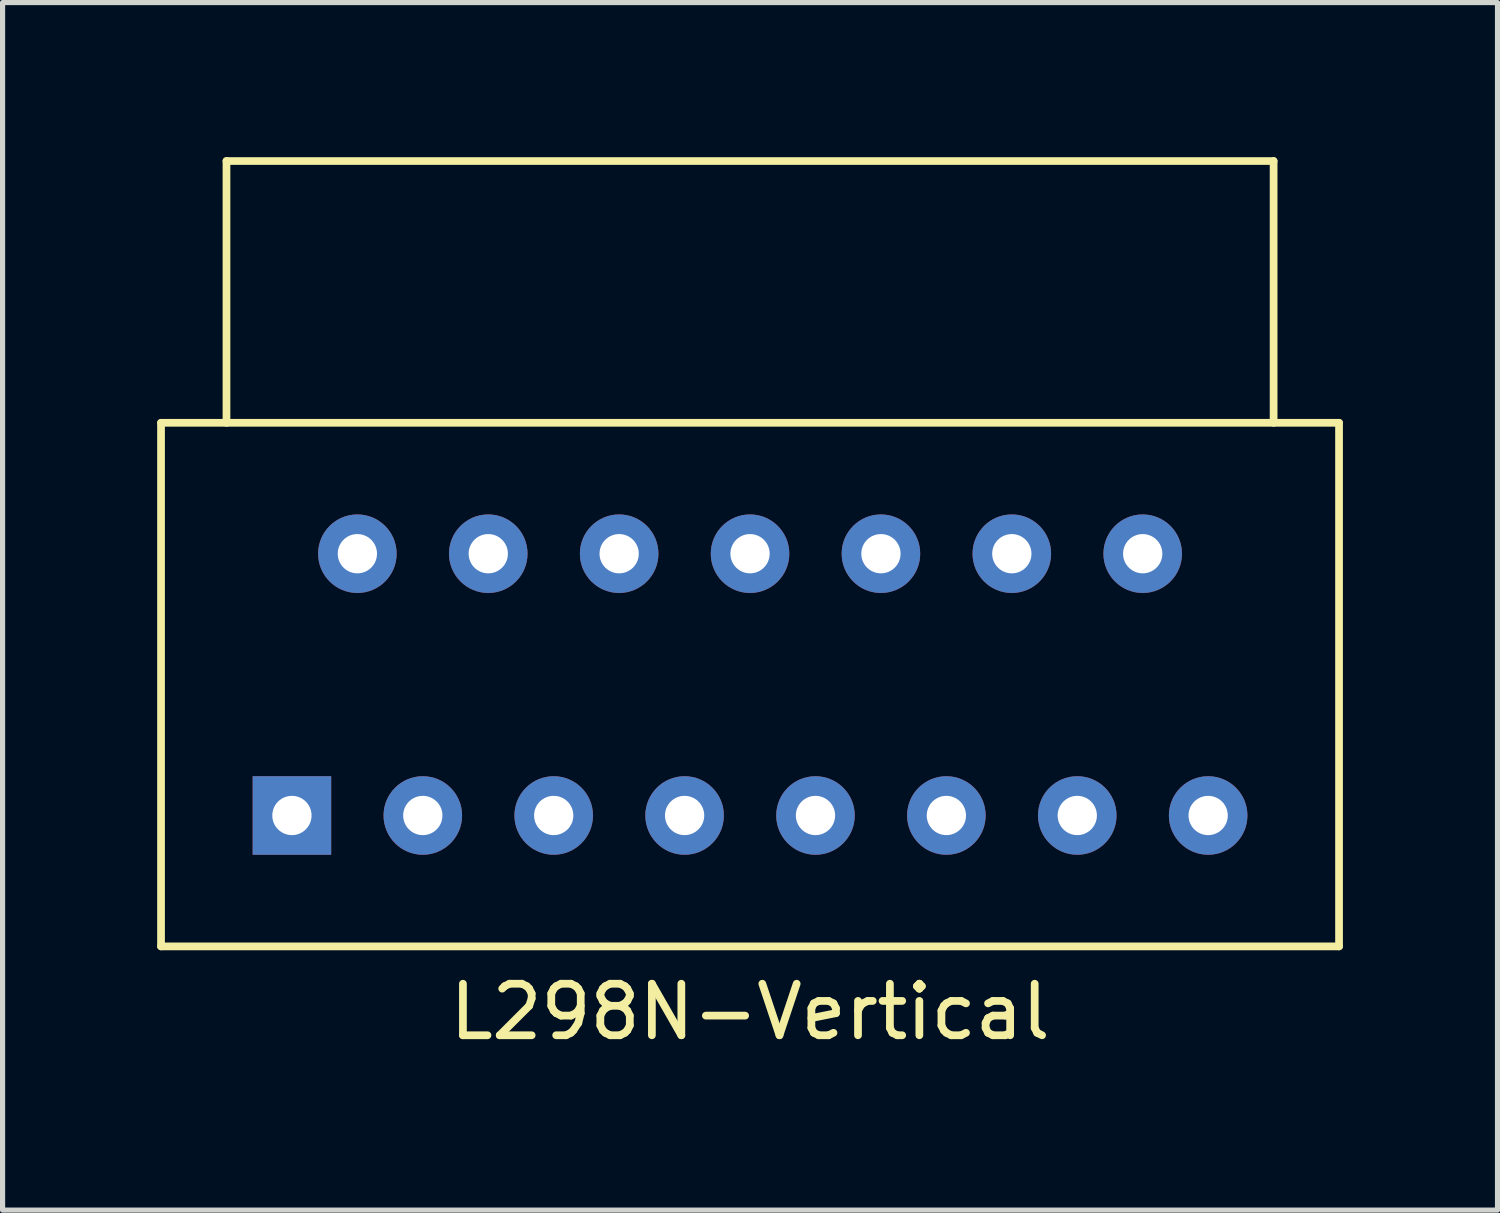
<source format=kicad_pcb>
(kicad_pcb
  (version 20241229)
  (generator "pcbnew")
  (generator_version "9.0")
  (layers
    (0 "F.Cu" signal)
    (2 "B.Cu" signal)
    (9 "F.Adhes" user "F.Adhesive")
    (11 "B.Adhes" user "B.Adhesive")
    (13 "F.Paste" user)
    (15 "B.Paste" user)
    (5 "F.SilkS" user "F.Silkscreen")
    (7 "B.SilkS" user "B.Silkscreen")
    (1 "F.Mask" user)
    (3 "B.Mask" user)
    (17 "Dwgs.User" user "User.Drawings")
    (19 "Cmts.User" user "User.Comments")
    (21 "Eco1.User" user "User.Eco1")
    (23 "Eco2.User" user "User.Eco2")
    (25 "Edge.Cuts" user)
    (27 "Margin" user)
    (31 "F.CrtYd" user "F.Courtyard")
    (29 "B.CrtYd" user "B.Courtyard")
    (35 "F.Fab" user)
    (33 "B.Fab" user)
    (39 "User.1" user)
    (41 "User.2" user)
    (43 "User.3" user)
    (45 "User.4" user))
  (footprint "L298N-Vertical"
    (layer "F.Cu")
    (at 11.505 10.235)
    (property "Reference" "L298N-Vertical" (at 0 6.35 0) (layer "F.SilkS") (effects (font (size 1 1) (thickness 0.15))))
    (attr through_hole)
    (fp_line (start -11.43 -5.08) (end 11.43 -5.08) (stroke (width 0.15) (type solid)) (layer "F.SilkS"))
    (fp_line (start -11.43 5.08) (end -11.43 -5.08) (stroke (width 0.15) (type solid)) (layer "F.SilkS"))
    (fp_line (start -10.16 -10.16) (end 10.16 -10.16) (stroke (width 0.15) (type solid)) (layer "F.SilkS"))
    (fp_line (start -10.16 -5.08) (end -10.16 -10.16) (stroke (width 0.15) (type solid)) (layer "F.SilkS"))
    (fp_line (start 10.16 -10.16) (end 10.16 -5.08) (stroke (width 0.15) (type solid)) (layer "F.SilkS"))
    (fp_line (start 11.43 -5.08) (end 11.43 5.08) (stroke (width 0.15) (type solid)) (layer "F.SilkS"))
    (fp_line (start 11.43 5.08) (end -11.43 5.08) (stroke (width 0.15) (type solid)) (layer "F.SilkS"))
    (pad "1" thru_hole rect (at -8.89 2.54) (size 1.524 1.524) (drill 0.762) (layers "*.Cu" "*.Mask"))
    (pad "2" thru_hole circle (at -7.62 -2.54) (size 1.524 1.524) (drill 0.762) (layers "*.Cu" "*.Mask"))
    (pad "3" thru_hole circle (at -6.35 2.54) (size 1.524 1.524) (drill 0.762) (layers "*.Cu" "*.Mask"))
    (pad "4" thru_hole circle (at -5.08 -2.54) (size 1.524 1.524) (drill 0.762) (layers "*.Cu" "*.Mask"))
    (pad "5" thru_hole circle (at -3.81 2.54) (size 1.524 1.524) (drill 0.762) (layers "*.Cu" "*.Mask"))
    (pad "6" thru_hole circle (at -2.54 -2.54) (size 1.524 1.524) (drill 0.762) (layers "*.Cu" "*.Mask"))
    (pad "7" thru_hole circle (at -1.27 2.54) (size 1.524 1.524) (drill 0.762) (layers "*.Cu" "*.Mask"))
    (pad "8" thru_hole circle (at 0 -2.54) (size 1.524 1.524) (drill 0.762) (layers "*.Cu" "*.Mask"))
    (pad "9" thru_hole circle (at 1.27 2.54) (size 1.524 1.524) (drill 0.762) (layers "*.Cu" "*.Mask"))
    (pad "10" thru_hole circle (at 2.54 -2.54) (size 1.524 1.524) (drill 0.762) (layers "*.Cu" "*.Mask"))
    (pad "11" thru_hole circle (at 3.81 2.54) (size 1.524 1.524) (drill 0.762) (layers "*.Cu" "*.Mask"))
    (pad "12" thru_hole circle (at 5.08 -2.54) (size 1.524 1.524) (drill 0.762) (layers "*.Cu" "*.Mask"))
    (pad "13" thru_hole circle (at 6.35 2.54) (size 1.524 1.524) (drill 0.762) (layers "*.Cu" "*.Mask"))
    (pad "14" thru_hole circle (at 7.62 -2.54) (size 1.524 1.524) (drill 0.762) (layers "*.Cu" "*.Mask"))
    (pad "15" thru_hole circle (at 8.89 2.54) (size 1.524 1.524) (drill 0.762) (layers "*.Cu" "*.Mask")))
  (gr_rect
    (start -3 -3)
    (end 26.01 20.433)
    (stroke (width 0.1) (type default))
    (fill no)
    (layer "Edge.Cuts")))
</source>
